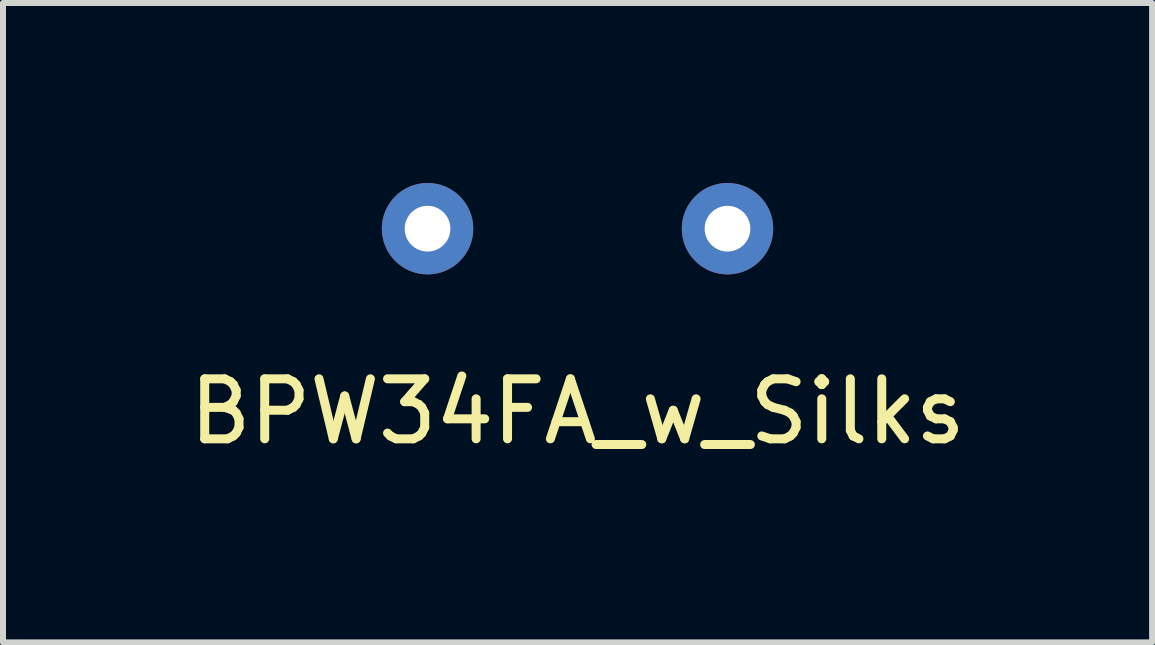
<source format=kicad_pcb>
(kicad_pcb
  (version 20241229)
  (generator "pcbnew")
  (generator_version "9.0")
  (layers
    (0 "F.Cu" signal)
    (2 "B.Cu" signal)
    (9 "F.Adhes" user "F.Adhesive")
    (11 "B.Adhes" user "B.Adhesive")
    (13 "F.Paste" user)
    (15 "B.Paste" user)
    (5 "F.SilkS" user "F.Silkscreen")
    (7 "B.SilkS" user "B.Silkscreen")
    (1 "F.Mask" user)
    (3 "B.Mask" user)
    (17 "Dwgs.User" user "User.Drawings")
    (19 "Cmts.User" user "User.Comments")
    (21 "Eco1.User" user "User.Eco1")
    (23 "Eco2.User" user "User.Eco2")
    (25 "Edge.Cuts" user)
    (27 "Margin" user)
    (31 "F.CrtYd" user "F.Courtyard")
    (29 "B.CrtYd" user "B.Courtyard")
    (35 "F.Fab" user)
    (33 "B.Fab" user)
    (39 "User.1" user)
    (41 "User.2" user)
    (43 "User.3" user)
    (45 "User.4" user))
  (footprint "BPW34FA_w_Silks"
    (layer "F.Cu")
    (at 6.577 0.762)
    (property "Reference" "BPW34FA_w_Silks" (at 0 3.048 0) (layer "F.SilkS") (effects (font (size 1 1) (thickness 0.15))))
    (attr through_hole)
    (pad "1" thru_hole circle (at -2.5 0) (size 1.524 1.524) (drill 0.762) (layers "*.Cu" "*.Mask"))
    (pad "2" thru_hole circle (at 2.5 0) (size 1.524 1.524) (drill 0.762) (layers "*.Cu" "*.Mask")))
  (gr_rect
    (start -3 -3)
    (end 16.155 7.658)
    (stroke (width 0.1) (type default))
    (fill no)
    (layer "Edge.Cuts")))
</source>
